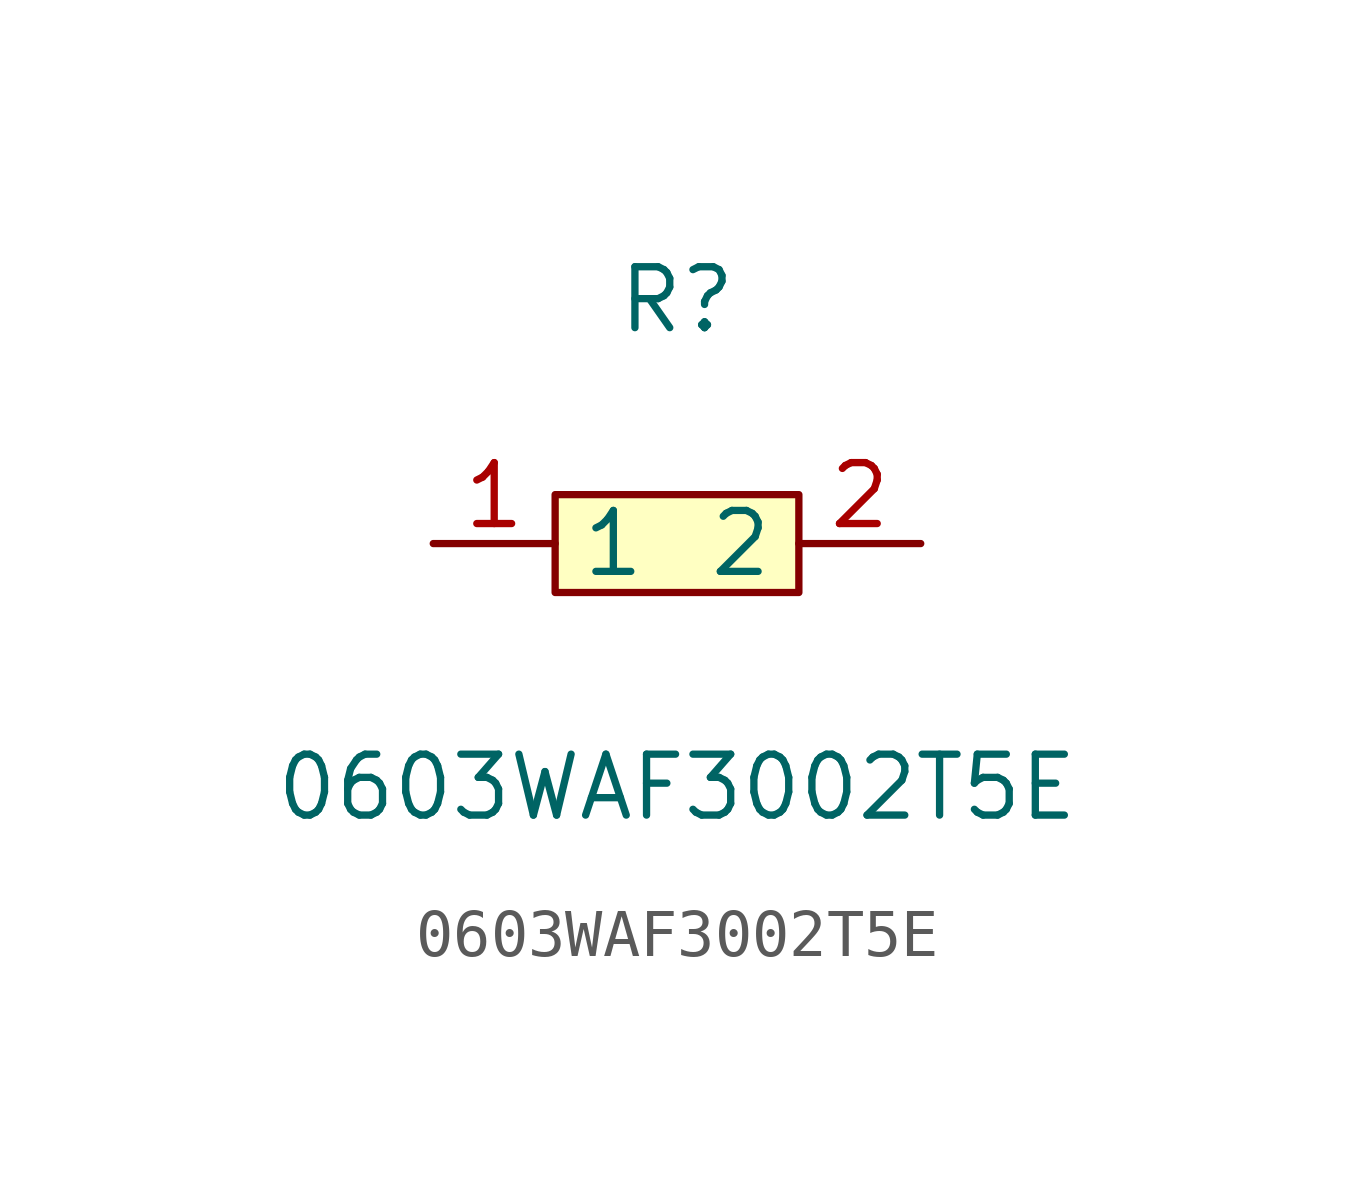
<source format=kicad_sym>
(kicad_symbol_lib
  (version 1)
  (generator "faebryk")
  (symbol "0603WAF3002T5E"
    (property "Reference" "R"
      (at 0 5.08 0)
      (effects (font (size 1.27 1.27)) (hide no)))
    (property "Value" "0603WAF3002T5E"
      (at 0 -5.08 0)
      (effects (font (size 1.27 1.27)) (hide no)))
    (symbol "0603WAF3002T5E_0_1"
      (rectangle (start -2.54 1.02) (end 2.54 -1.02) (stroke (width 0) (type default) (color 0 0 0 0)) (fill (type background)))
      (pin input line (at 5.08 0 180) (length 2.54) (name "2" (effects (font (size 1.27 1.27)) (hide no))) (number "2" (effects (font (size 1.27 1.27)) (hide no))))
      (pin input line (at -5.08 0 0) (length 2.54) (name "1" (effects (font (size 1.27 1.27)) (hide no))) (number "1" (effects (font (size 1.27 1.27)) (hide no)))))))
</source>
